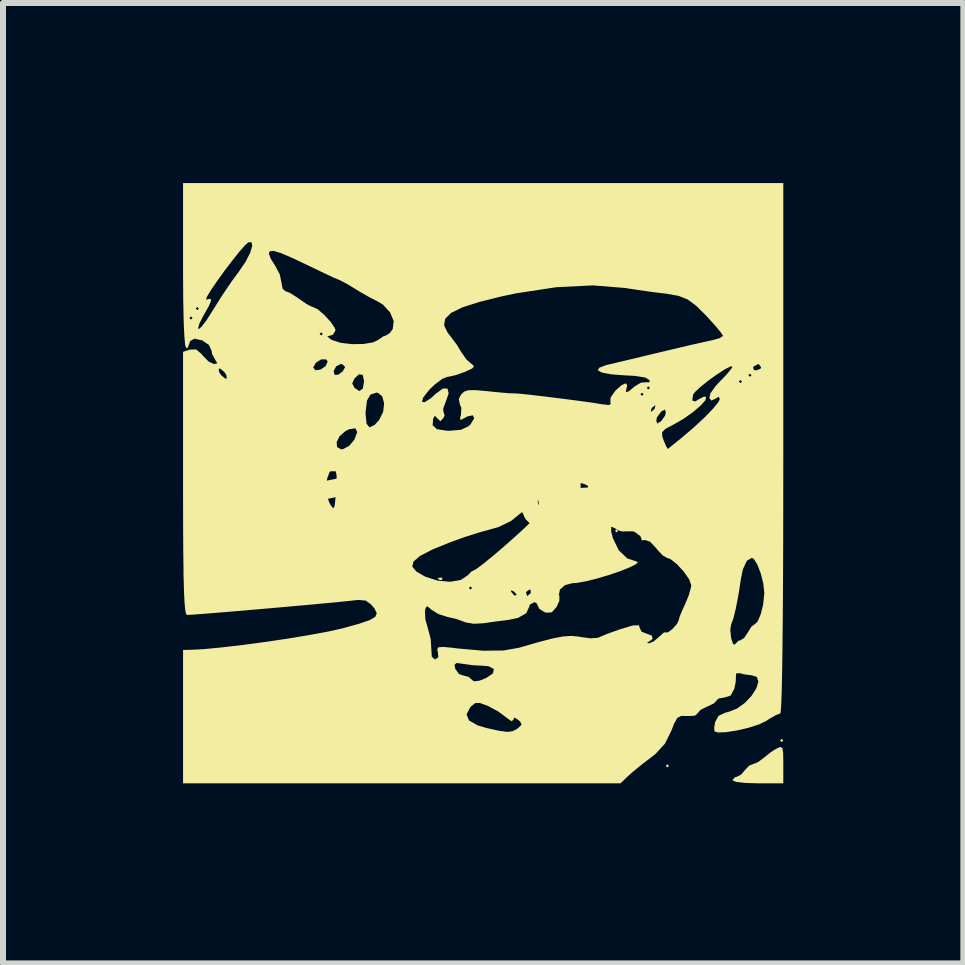
<source format=kicad_pcb>
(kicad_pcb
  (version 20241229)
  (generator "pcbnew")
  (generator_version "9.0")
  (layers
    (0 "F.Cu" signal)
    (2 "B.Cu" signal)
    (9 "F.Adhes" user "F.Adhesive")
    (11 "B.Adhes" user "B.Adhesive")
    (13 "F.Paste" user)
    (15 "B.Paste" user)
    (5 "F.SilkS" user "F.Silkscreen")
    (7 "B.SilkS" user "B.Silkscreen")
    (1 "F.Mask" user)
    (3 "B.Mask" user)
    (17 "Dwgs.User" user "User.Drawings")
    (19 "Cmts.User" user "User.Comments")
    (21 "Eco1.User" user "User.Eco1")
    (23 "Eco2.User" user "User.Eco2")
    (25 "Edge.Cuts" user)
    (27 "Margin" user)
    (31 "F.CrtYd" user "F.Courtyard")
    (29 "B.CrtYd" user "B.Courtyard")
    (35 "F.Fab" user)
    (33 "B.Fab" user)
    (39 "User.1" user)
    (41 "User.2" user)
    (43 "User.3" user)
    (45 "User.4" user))
  (footprint "George4"
    (layer "F.Cu")
    (at 4.974 4.974)
    (property "Reference" "George4" (at 0 0 0) (layer "F.SilkS") (effects (font (size 1.5 1.5) (thickness 0.3))))
    (attr board_only exclude_from_pos_files exclude_from_bom)
    (fp_poly (pts (xy 2.275 0.82) (xy 2.249 0.847) (xy 2.223 0.82) (xy 2.249 0.794)) (stroke (width 0) (type solid)) (fill yes) (layer "F.SilkS"))
    (fp_poly (pts (xy 3.122 4.736) (xy 3.096 4.763) (xy 3.069 4.736) (xy 3.096 4.71)) (stroke (width 0) (type solid)) (fill yes) (layer "F.SilkS"))
    (fp_poly (pts (xy 5.027 4.313) (xy 5.001 4.339) (xy 4.974 4.313) (xy 5.001 4.286)) (stroke (width 0) (type solid)) (fill yes) (layer "F.SilkS"))
    (fp_poly (pts (xy -0.653 1.605) (xy -0.66 1.637) (xy -0.688 1.64) (xy -0.731 1.621) (xy -0.723 1.605) (xy -0.66 1.599)) (stroke (width 0) (type solid)) (fill yes) (layer "F.SilkS"))
    (fp_poly (pts (xy 5.01 4.436) (xy 5.024 4.512) (xy 5.027 4.672) (xy 5.027 4.708) (xy 5.027 5.027) (xy 4.604 5.027) (xy 4.394 5.021) (xy 4.247 5.004) (xy 4.182 4.979) (xy 4.18 4.974) (xy 4.222 4.925) (xy 4.247 4.921) (xy 4.325 4.881) (xy 4.38 4.815) (xy 4.458 4.732) (xy 4.515 4.71) (xy 4.602 4.676) (xy 4.69 4.611) (xy 4.818 4.509) (xy 4.911 4.45) (xy 4.975 4.422)) (stroke (width 0) (type solid)) (fill yes) (layer "F.SilkS"))
    (fp_poly (pts (xy 5.027 -0.556) (xy 5.026 0.269) (xy 5.025 1.018) (xy 5.022 1.687) (xy 5.018 2.273) (xy 5.013 2.773) (xy 5.007 3.183) (xy 5 3.5) (xy 4.992 3.72) (xy 4.983 3.84) (xy 4.977 3.863) (xy 4.904 3.89) (xy 4.785 3.959) (xy 4.742 3.988) (xy 4.619 4.047) (xy 4.446 4.102) (xy 4.254 4.147) (xy 4.074 4.175) (xy 3.938 4.18) (xy 3.881 4.163) (xy 3.875 4.101) (xy 3.891 4.007) (xy 3.948 3.902) (xy 4.072 3.846) (xy 4.108 3.839) (xy 4.252 3.784) (xy 4.386 3.688) (xy 4.499 3.568) (xy 4.578 3.444) (xy 4.611 3.333) (xy 4.587 3.255) (xy 4.502 3.228) (xy 4.367 3.21) (xy 4.313 3.194) (xy 4.244 3.193) (xy 4.238 3.234) (xy 4.234 3.337) (xy 4.21 3.453) (xy 4.149 3.566) (xy 4.042 3.598) (xy 3.946 3.615) (xy 3.916 3.646) (xy 3.871 3.695) (xy 3.764 3.747) (xy 3.757 3.749) (xy 3.647 3.804) (xy 3.598 3.861) (xy 3.598 3.864) (xy 3.552 3.901) (xy 3.432 3.906) (xy 3.428 3.906) (xy 3.326 3.904) (xy 3.261 3.937) (xy 3.208 4.031) (xy 3.16 4.154) (xy 3.056 4.365) (xy 2.899 4.536) (xy 2.815 4.602) (xy 2.652 4.727) (xy 2.505 4.849) (xy 2.44 4.907) (xy 2.314 5.027) (xy -1.33 5.027) (xy -4.974 5.027) (xy -4.974 3.916) (xy -4.974 3.88) (xy -0.251 3.88) (xy -0.209 3.98) (xy -0.062 4.063) (xy 0.084 4.106) (xy 0.291 4.152) (xy 0.426 4.17) (xy 0.515 4.16) (xy 0.588 4.122) (xy 0.603 4.111) (xy 0.667 4.051) (xy 0.643 3.999) (xy 0.613 3.973) (xy 0.547 3.93) (xy 0.529 3.965) (xy 0.529 3.971) (xy 0.499 3.993) (xy 0.415 3.933) (xy 0.409 3.928) (xy 0.277 3.83) (xy 0.114 3.742) (xy 0.098 3.735) (xy -0.03 3.688) (xy -0.107 3.69) (xy -0.174 3.745) (xy -0.19 3.762) (xy -0.251 3.88) (xy -4.974 3.88) (xy -4.974 3.052) (xy -0.451 3.052) (xy -0.44 3.116) (xy -0.378 3.206) (xy -0.314 3.228) (xy -0.216 3.254) (xy -0.185 3.281) (xy -0.129 3.328) (xy -0.035 3.317) (xy 0.077 3.272) (xy 0.191 3.194) (xy 0.204 3.123) (xy 0.119 3.077) (xy 0.033 3.069) (xy -0.149 3.059) (xy -0.307 3.037) (xy -0.417 3.022) (xy -0.451 3.052) (xy -4.974 3.052) (xy -4.974 2.805) (xy -4.855 2.803) (xy -4.633 2.792) (xy -4.332 2.763) (xy -3.978 2.722) (xy -3.598 2.671) (xy -3.215 2.614) (xy -2.857 2.554) (xy -2.547 2.497) (xy -2.313 2.444) (xy -2.302 2.441) (xy -2.036 2.367) (xy -1.862 2.307) (xy -1.769 2.251) (xy -1.747 2.191) (xy -1.76 2.165) (xy -0.944 2.165) (xy -0.936 2.299) (xy -0.894 2.448) (xy -0.848 2.624) (xy -0.838 2.787) (xy -0.83 2.918) (xy -0.779 2.963) (xy -0.774 2.963) (xy -0.721 2.927) (xy -0.728 2.849) (xy -0.738 2.79) (xy -0.717 2.76) (xy -0.643 2.754) (xy -0.495 2.768) (xy -0.392 2.781) (xy 0.029 2.818) (xy 0.364 2.814) (xy 0.627 2.768) (xy 0.635 2.765) (xy 0.95 2.674) (xy 1.185 2.613) (xy 1.361 2.58) (xy 1.497 2.571) (xy 1.613 2.582) (xy 1.654 2.59) (xy 1.81 2.611) (xy 1.932 2.603) (xy 1.952 2.596) (xy 2.101 2.534) (xy 2.295 2.465) (xy 2.477 2.409) (xy 2.529 2.396) (xy 2.621 2.394) (xy 2.635 2.44) (xy 2.667 2.502) (xy 2.738 2.529) (xy 2.837 2.567) (xy 2.849 2.622) (xy 2.791 2.664) (xy 2.755 2.688) (xy 2.789 2.695) (xy 2.868 2.662) (xy 2.961 2.583) (xy 3.036 2.515) (xy 3.069 2.51) (xy 3.069 2.512) (xy 3.102 2.514) (xy 3.169 2.465) (xy 4.143 2.465) (xy 4.157 2.602) (xy 4.158 2.607) (xy 4.189 2.703) (xy 4.216 2.72) (xy 4.219 2.712) (xy 4.283 2.65) (xy 4.309 2.646) (xy 4.377 2.603) (xy 4.435 2.514) (xy 4.495 2.416) (xy 4.545 2.381) (xy 4.598 2.334) (xy 4.65 2.212) (xy 4.691 2.049) (xy 4.709 1.875) (xy 4.71 1.851) (xy 4.693 1.696) (xy 4.651 1.528) (xy 4.594 1.382) (xy 4.535 1.288) (xy 4.504 1.27) (xy 4.419 1.32) (xy 4.353 1.462) (xy 4.322 1.614) (xy 4.28 1.884) (xy 4.235 2.118) (xy 4.192 2.29) (xy 4.16 2.371) (xy 4.143 2.465) (xy 3.169 2.465) (xy 3.175 2.461) (xy 3.254 2.373) (xy 3.281 2.318) (xy 3.302 2.245) (xy 3.356 2.116) (xy 3.387 2.051) (xy 3.452 1.894) (xy 3.489 1.76) (xy 3.493 1.726) (xy 3.457 1.626) (xy 3.368 1.499) (xy 3.256 1.377) (xy 3.147 1.291) (xy 3.089 1.27) (xy 3.018 1.23) (xy 2.926 1.133) (xy 2.908 1.108) (xy 2.807 1.001) (xy 2.722 0.973) (xy 2.716 0.975) (xy 2.664 0.979) (xy 2.667 0.96) (xy 2.646 0.909) (xy 2.557 0.842) (xy 2.434 0.775) (xy 2.31 0.727) (xy 2.217 0.715) (xy 2.207 0.717) (xy 2.16 0.755) (xy 2.159 0.835) (xy 2.188 0.943) (xy 2.285 1.144) (xy 2.425 1.279) (xy 2.566 1.326) (xy 2.606 1.343) (xy 2.563 1.382) (xy 2.454 1.435) (xy 2.299 1.496) (xy 2.116 1.558) (xy 1.923 1.615) (xy 1.74 1.661) (xy 1.585 1.688) (xy 1.512 1.693) (xy 1.391 1.724) (xy 1.306 1.798) (xy 1.288 1.885) (xy 1.296 1.905) (xy 1.296 1.986) (xy 1.248 2.091) (xy 1.168 2.179) (xy 1.079 2.184) (xy 1.045 2.173) (xy 0.959 2.117) (xy 0.939 2.069) (xy 0.909 2.018) (xy 0.873 2.011) (xy 0.803 2.05) (xy 0.794 2.084) (xy 0.744 2.193) (xy 0.607 2.271) (xy 0.438 2.306) (xy 0.24 2.33) (xy 0.04 2.359) (xy 0.035 2.36) (xy -0.129 2.369) (xy -0.267 2.346) (xy -0.283 2.339) (xy -0.418 2.29) (xy -0.572 2.254) (xy -0.722 2.206) (xy -0.837 2.134) (xy -0.905 2.076) (xy -0.933 2.105) (xy -0.944 2.165) (xy -1.76 2.165) (xy -1.783 2.117) (xy -1.842 2.046) (xy -1.93 1.983) (xy -2.058 1.971) (xy -2.142 1.981) (xy -2.243 1.992) (xy -2.429 2.011) (xy -2.68 2.034) (xy -2.98 2.062) (xy -3.309 2.091) (xy -3.65 2.121) (xy -3.983 2.15) (xy -4.292 2.176) (xy -4.557 2.197) (xy -4.761 2.213) (xy -4.885 2.221) (xy -4.908 2.222) (xy -4.925 2.201) (xy -4.939 2.131) (xy -4.95 2.006) (xy -4.959 1.817) (xy -4.959 1.814) (xy 0.485 1.814) (xy 0.498 1.844) (xy 0.551 1.901) (xy 0.582 1.889) (xy 0.582 1.882) (xy 0.557 1.852) (xy 0.741 1.852) (xy 0.759 1.904) (xy 0.764 1.905) (xy 0.809 1.868) (xy 0.82 1.852) (xy 0.816 1.803) (xy 0.797 1.799) (xy 0.743 1.838) (xy 0.741 1.852) (xy 0.557 1.852) (xy 0.544 1.837) (xy 0.521 1.821) (xy 0.485 1.814) (xy -4.959 1.814) (xy -4.96 1.773) (xy -0.212 1.773) (xy -0.185 1.799) (xy -0.159 1.773) (xy -0.185 1.746) (xy -0.212 1.773) (xy -4.96 1.773) (xy -4.966 1.557) (xy -4.967 1.418) (xy -1.154 1.418) (xy -1.084 1.501) (xy -0.939 1.584) (xy -0.734 1.65) (xy -0.527 1.669) (xy -0.349 1.64) (xy -0.235 1.565) (xy -0.234 1.565) (xy -0.166 1.495) (xy -0.135 1.482) (xy -0.076 1.448) (xy 0.041 1.359) (xy 0.198 1.231) (xy 0.374 1.081) (xy 0.551 0.924) (xy 0.71 0.779) (xy 0.832 0.661) (xy 0.897 0.587) (xy 0.9 0.582) (xy 0.925 0.503) (xy 2.011 0.503) (xy 2.037 0.529) (xy 2.064 0.503) (xy 2.037 0.476) (xy 2.011 0.503) (xy 0.925 0.503) (xy 0.944 0.445) (xy 0.953 0.367) (xy 0.944 0.312) (xy 0.909 0.31) (xy 0.831 0.367) (xy 0.699 0.488) (xy 0.492 0.655) (xy 0.286 0.756) (xy 0.156 0.793) (xy -0.043 0.848) (xy -0.287 0.926) (xy -0.521 1.01) (xy -0.824 1.134) (xy -1.028 1.24) (xy -1.136 1.333) (xy -1.154 1.418) (xy -4.967 1.418) (xy -4.97 1.217) (xy -4.973 0.79) (xy -4.974 0.269) (xy -4.974 0.104) (xy -2.588 0.104) (xy -2.571 0.26) (xy -2.527 0.372) (xy -2.487 0.43) (xy -2.462 0.44) (xy -2.446 0.386) (xy -2.432 0.252) (xy -2.421 0.093) (xy -2.42 0.089) (xy 1.558 0.089) (xy 1.635 0.104) (xy 1.67 0.104) (xy 1.77 0.098) (xy 1.776 0.077) (xy 1.728 0.046) (xy 1.624 0.017) (xy 1.572 0.047) (xy 1.558 0.089) (xy -2.42 0.089) (xy -2.415 -0.096) (xy -2.428 -0.162) (xy 1.376 -0.162) (xy 1.414 -0.108) (xy 1.429 -0.106) (xy 1.48 -0.124) (xy 1.482 -0.129) (xy 1.445 -0.174) (xy 1.429 -0.185) (xy 1.38 -0.181) (xy 1.376 -0.162) (xy -2.428 -0.162) (xy -2.434 -0.193) (xy -2.463 -0.212) (xy -2.531 -0.165) (xy -2.574 -0.049) (xy -2.588 0.104) (xy -4.974 0.104) (xy -4.974 0.03) (xy -4.974 -0.658) (xy -2.415 -0.658) (xy -2.408 -0.575) (xy -2.34 -0.538) (xy -2.31 -0.54) (xy -2.206 -0.595) (xy -2.12 -0.698) (xy -2.074 -0.821) (xy 3.007 -0.821) (xy 3.012 -0.747) (xy 3.033 -0.687) (xy 3.077 -0.584) (xy 3.103 -0.544) (xy 3.104 -0.544) (xy 3.149 -0.581) (xy 3.249 -0.662) (xy 3.314 -0.714) (xy 3.522 -0.89) (xy 3.707 -1.061) (xy 3.853 -1.211) (xy 3.945 -1.324) (xy 3.969 -1.375) (xy 3.95 -1.414) (xy 3.896 -1.381) (xy 3.828 -1.35) (xy 3.794 -1.394) (xy 3.813 -1.472) (xy 3.898 -1.591) (xy 3.969 -1.667) (xy 4.286 -1.667) (xy 4.313 -1.64) (xy 4.339 -1.667) (xy 4.313 -1.693) (xy 4.286 -1.667) (xy 3.969 -1.667) (xy 3.973 -1.671) (xy 4.071 -1.773) (xy 4.445 -1.773) (xy 4.471 -1.746) (xy 4.498 -1.773) (xy 4.471 -1.799) (xy 4.445 -1.773) (xy 4.071 -1.773) (xy 4.088 -1.791) (xy 4.163 -1.883) (xy 4.174 -1.905) (xy 4.524 -1.905) (xy 4.536 -1.86) (xy 4.574 -1.852) (xy 4.647 -1.88) (xy 4.657 -1.905) (xy 4.619 -1.956) (xy 4.607 -1.958) (xy 4.535 -1.919) (xy 4.524 -1.905) (xy 4.174 -1.905) (xy 4.18 -1.918) (xy 4.144 -1.918) (xy 4.049 -1.868) (xy 3.919 -1.784) (xy 3.778 -1.683) (xy 3.65 -1.58) (xy 3.557 -1.494) (xy 3.524 -1.45) (xy 3.509 -1.352) (xy 3.559 -1.335) (xy 3.625 -1.376) (xy 3.706 -1.416) (xy 3.742 -1.409) (xy 3.729 -1.355) (xy 3.648 -1.265) (xy 3.519 -1.155) (xy 3.363 -1.045) (xy 3.202 -0.952) (xy 3.194 -0.948) (xy 3.062 -0.878) (xy 3.007 -0.821) (xy -2.074 -0.821) (xy -2.072 -0.827) (xy -2.103 -0.888) (xy -2.205 -0.873) (xy -2.265 -0.843) (xy -2.366 -0.757) (xy -2.415 -0.658) (xy -4.974 -0.658) (xy -4.974 -1.124) (xy -1.933 -1.124) (xy -1.917 -0.964) (xy -1.867 -0.904) (xy -1.783 -0.943) (xy -1.706 -1.028) (xy -1.64 -1.161) (xy -1.624 -1.302) (xy -1.631 -1.33) (xy -0.995 -1.33) (xy -0.948 -1.323) (xy -0.842 -1.391) (xy -0.766 -1.462) (xy -0.645 -1.551) (xy -0.568 -1.55) (xy -0.549 -1.47) (xy -0.597 -1.33) (xy -0.639 -1.219) (xy -0.636 -1.156) (xy -0.631 -1.154) (xy -0.616 -1.104) (xy -0.637 -1.058) (xy -0.687 -1.007) (xy -0.734 -1.051) (xy -0.778 -1.097) (xy -0.806 -1.051) (xy -0.816 -0.939) (xy -0.744 -0.873) (xy -0.582 -0.848) (xy -0.532 -0.847) (xy -0.34 -0.864) (xy -0.216 -0.923) (xy -0.185 -0.953) (xy -0.145 -1.019) (xy 2.91 -1.019) (xy 2.925 -0.968) (xy 2.984 -1.001) (xy 2.99 -1.005) (xy 3.057 -1.099) (xy 3.069 -1.151) (xy 3.055 -1.201) (xy 2.995 -1.169) (xy 2.99 -1.164) (xy 2.922 -1.071) (xy 2.91 -1.019) (xy -0.145 -1.019) (xy -0.123 -1.054) (xy -0.145 -1.104) (xy -0.236 -1.086) (xy -0.272 -1.066) (xy -0.348 -1.026) (xy -0.359 -1.06) (xy -0.344 -1.11) (xy -0.341 -1.168) (xy 2.818 -1.168) (xy 2.825 -1.164) (xy 2.873 -1.201) (xy 2.884 -1.217) (xy 2.897 -1.267) (xy 2.89 -1.27) (xy 2.842 -1.233) (xy 2.831 -1.217) (xy 2.818 -1.168) (xy -0.341 -1.168) (xy -0.337 -1.227) (xy -0.362 -1.286) (xy -0.38 -1.378) (xy -0.343 -1.448) (xy -0.294 -1.498) (xy -0.223 -1.522) (xy -0.104 -1.524) (xy 0.09 -1.507) (xy 0.116 -1.504) (xy 0.308 -1.485) (xy 0.457 -1.472) (xy 0.534 -1.47) (xy 0.537 -1.47) (xy 0.601 -1.467) (xy 0.747 -1.453) (xy 0.95 -1.43) (xy 1.187 -1.401) (xy 1.434 -1.37) (xy 1.667 -1.339) (xy 1.863 -1.312) (xy 1.998 -1.29) (xy 2.005 -1.289) (xy 2.123 -1.275) (xy 2.154 -1.298) (xy 2.145 -1.32) (xy 2.15 -1.401) (xy 2.187 -1.455) (xy 2.646 -1.455) (xy 2.672 -1.429) (xy 2.699 -1.455) (xy 2.672 -1.482) (xy 2.646 -1.455) (xy 2.187 -1.455) (xy 2.225 -1.51) (xy 2.226 -1.512) (xy 2.333 -1.607) (xy 2.405 -1.638) (xy 2.426 -1.6) (xy 2.415 -1.561) (xy 2.403 -1.491) (xy 2.453 -1.504) (xy 2.521 -1.561) (xy 2.752 -1.561) (xy 2.778 -1.535) (xy 2.805 -1.561) (xy 2.778 -1.587) (xy 2.752 -1.561) (xy 2.521 -1.561) (xy 2.548 -1.584) (xy 2.654 -1.648) (xy 2.738 -1.655) (xy 2.798 -1.655) (xy 2.797 -1.691) (xy 2.727 -1.734) (xy 2.554 -1.761) (xy 2.39 -1.77) (xy 2.159 -1.787) (xy 2.006 -1.816) (xy 1.937 -1.854) (xy 1.959 -1.897) (xy 2.08 -1.942) (xy 2.097 -1.946) (xy 2.226 -1.976) (xy 2.431 -2.025) (xy 2.685 -2.086) (xy 2.961 -2.152) (xy 2.99 -2.159) (xy 3.262 -2.223) (xy 3.511 -2.282) (xy 3.713 -2.327) (xy 3.84 -2.355) (xy 3.85 -2.357) (xy 3.966 -2.39) (xy 4.021 -2.426) (xy 4.022 -2.429) (xy 3.988 -2.483) (xy 3.898 -2.592) (xy 3.77 -2.734) (xy 3.741 -2.765) (xy 3.574 -2.931) (xy 3.435 -3.034) (xy 3.284 -3.094) (xy 3.082 -3.13) (xy 2.99 -3.141) (xy 2.828 -3.161) (xy 2.61 -3.192) (xy 2.389 -3.226) (xy 1.853 -3.269) (xy 1.247 -3.239) (xy 0.577 -3.137) (xy 0.342 -3.088) (xy -0.039 -2.993) (xy -0.32 -2.903) (xy -0.507 -2.811) (xy -0.607 -2.713) (xy -0.625 -2.605) (xy -0.567 -2.483) (xy -0.524 -2.429) (xy -0.416 -2.285) (xy -0.339 -2.159) (xy -0.255 -2.037) (xy -0.172 -1.964) (xy -0.126 -1.925) (xy -0.153 -1.887) (xy -0.268 -1.832) (xy -0.276 -1.829) (xy -0.427 -1.775) (xy -0.551 -1.747) (xy -0.569 -1.746) (xy -0.658 -1.71) (xy -0.782 -1.616) (xy -0.867 -1.535) (xy -0.972 -1.403) (xy -0.995 -1.33) (xy -1.631 -1.33) (xy -1.655 -1.42) (xy -1.728 -1.48) (xy -1.749 -1.482) (xy -1.851 -1.451) (xy -1.91 -1.35) (xy -1.932 -1.164) (xy -1.933 -1.124) (xy -4.974 -1.124) (xy -4.974 -1.635) (xy -2.156 -1.635) (xy -2.117 -1.562) (xy -2.037 -1.508) (xy -1.979 -1.55) (xy -1.958 -1.67) (xy -1.98 -1.777) (xy -2.041 -1.788) (xy -2.117 -1.72) (xy -2.156 -1.635) (xy -4.974 -1.635) (xy -4.974 -1.881) (xy -4.381 -1.881) (xy -4.374 -1.825) (xy -4.339 -1.773) (xy -4.273 -1.717) (xy -4.245 -1.717) (xy -4.252 -1.773) (xy -4.286 -1.826) (xy -4.303 -1.84) (xy -2.465 -1.84) (xy -2.449 -1.778) (xy -2.39 -1.78) (xy -2.317 -1.833) (xy -2.276 -1.903) (xy -2.275 -1.911) (xy -2.318 -1.954) (xy -2.349 -1.958) (xy -2.424 -1.92) (xy -2.465 -1.84) (xy -4.303 -1.84) (xy -4.352 -1.881) (xy -4.381 -1.881) (xy -4.974 -1.881) (xy -4.974 -1.899) (xy -2.805 -1.899) (xy -2.768 -1.855) (xy -2.686 -1.865) (xy -2.602 -1.921) (xy -2.597 -1.927) (xy -2.564 -2.003) (xy -2.593 -2.037) (xy -2.674 -2.036) (xy -2.761 -1.98) (xy -2.805 -1.902) (xy -2.805 -1.899) (xy -4.974 -1.899) (xy -4.974 -2.162) (xy -4.859 -2.199) (xy -4.756 -2.202) (xy -4.663 -2.123) (xy -4.643 -2.097) (xy -4.548 -2) (xy -4.458 -1.958) (xy -4.456 -1.958) (xy -4.402 -1.972) (xy -4.434 -2.021) (xy -4.491 -2.128) (xy -4.498 -2.178) (xy -4.544 -2.278) (xy -4.658 -2.354) (xy -4.785 -2.381) (xy -4.858 -2.34) (xy -4.868 -2.302) (xy -4.897 -2.231) (xy -4.921 -2.223) (xy -4.939 -2.275) (xy -4.953 -2.428) (xy -4.954 -2.461) (xy -2.699 -2.461) (xy -2.672 -2.434) (xy -2.646 -2.461) (xy -2.672 -2.487) (xy -2.699 -2.461) (xy -4.954 -2.461) (xy -4.959 -2.557) (xy -4.724 -2.557) (xy -4.714 -2.54) (xy -4.664 -2.582) (xy -4.579 -2.694) (xy -4.479 -2.852) (xy -4.471 -2.865) (xy -4.33 -3.09) (xy -4.165 -3.334) (xy -4.048 -3.493) (xy -3.934 -3.659) (xy -3.862 -3.8) (xy -3.544 -3.8) (xy -3.513 -3.712) (xy -3.44 -3.598) (xy -3.364 -3.455) (xy -3.335 -3.321) (xy -3.315 -3.215) (xy -3.273 -3.175) (xy -3.195 -3.145) (xy -3.076 -3.07) (xy -3.038 -3.043) (xy -2.917 -2.959) (xy -2.829 -2.914) (xy -2.814 -2.91) (xy -2.732 -2.872) (xy -2.623 -2.779) (xy -2.517 -2.664) (xy -2.446 -2.56) (xy -2.434 -2.519) (xy -2.478 -2.446) (xy -2.527 -2.432) (xy -2.572 -2.42) (xy -2.527 -2.38) (xy -2.487 -2.357) (xy -2.347 -2.312) (xy -2.161 -2.29) (xy -1.967 -2.293) (xy -1.805 -2.32) (xy -1.72 -2.362) (xy -1.633 -2.423) (xy -1.593 -2.434) (xy -1.528 -2.476) (xy -1.481 -2.541) (xy -1.464 -2.673) (xy -1.525 -2.82) (xy -1.644 -2.949) (xy -1.739 -3.006) (xy -1.871 -3.073) (xy -2.035 -3.167) (xy -2.09 -3.201) (xy -2.234 -3.288) (xy -2.35 -3.35) (xy -2.381 -3.364) (xy -2.463 -3.398) (xy -2.612 -3.468) (xy -2.803 -3.559) (xy -2.884 -3.598) (xy -3.155 -3.727) (xy -3.346 -3.808) (xy -3.466 -3.844) (xy -3.529 -3.838) (xy -3.544 -3.8) (xy -3.862 -3.8) (xy -3.857 -3.81) (xy -3.821 -3.926) (xy -3.833 -3.988) (xy -3.887 -3.986) (xy -3.944 -3.935) (xy -4.038 -3.828) (xy -4.154 -3.682) (xy -4.28 -3.517) (xy -4.4 -3.35) (xy -4.502 -3.202) (xy -4.571 -3.09) (xy -4.594 -3.034) (xy -4.586 -3.032) (xy -4.52 -3.048) (xy -4.506 -3.018) (xy -4.544 -2.926) (xy -4.632 -2.77) (xy -4.699 -2.64) (xy -4.724 -2.557) (xy -4.959 -2.557) (xy -4.964 -2.679) (xy -4.965 -2.725) (xy -4.868 -2.725) (xy -4.842 -2.699) (xy -4.815 -2.725) (xy -4.842 -2.752) (xy -4.868 -2.725) (xy -4.965 -2.725) (xy -4.968 -2.884) (xy -4.763 -2.884) (xy -4.736 -2.857) (xy -4.71 -2.884) (xy -4.736 -2.91) (xy -4.763 -2.884) (xy -4.968 -2.884) (xy -4.971 -3.023) (xy -4.974 -3.456) (xy -4.974 -3.598) (xy -4.974 -4.974) (xy 0.026 -4.974) (xy 5.027 -4.974)) (stroke (width 0) (type solid)) (fill yes) (layer "F.SilkS")))
  (gr_rect
    (start -3 -3)
    (end 13.001 13.001)
    (stroke (width 0.1) (type default))
    (fill no)
    (layer "Edge.Cuts")))
</source>
